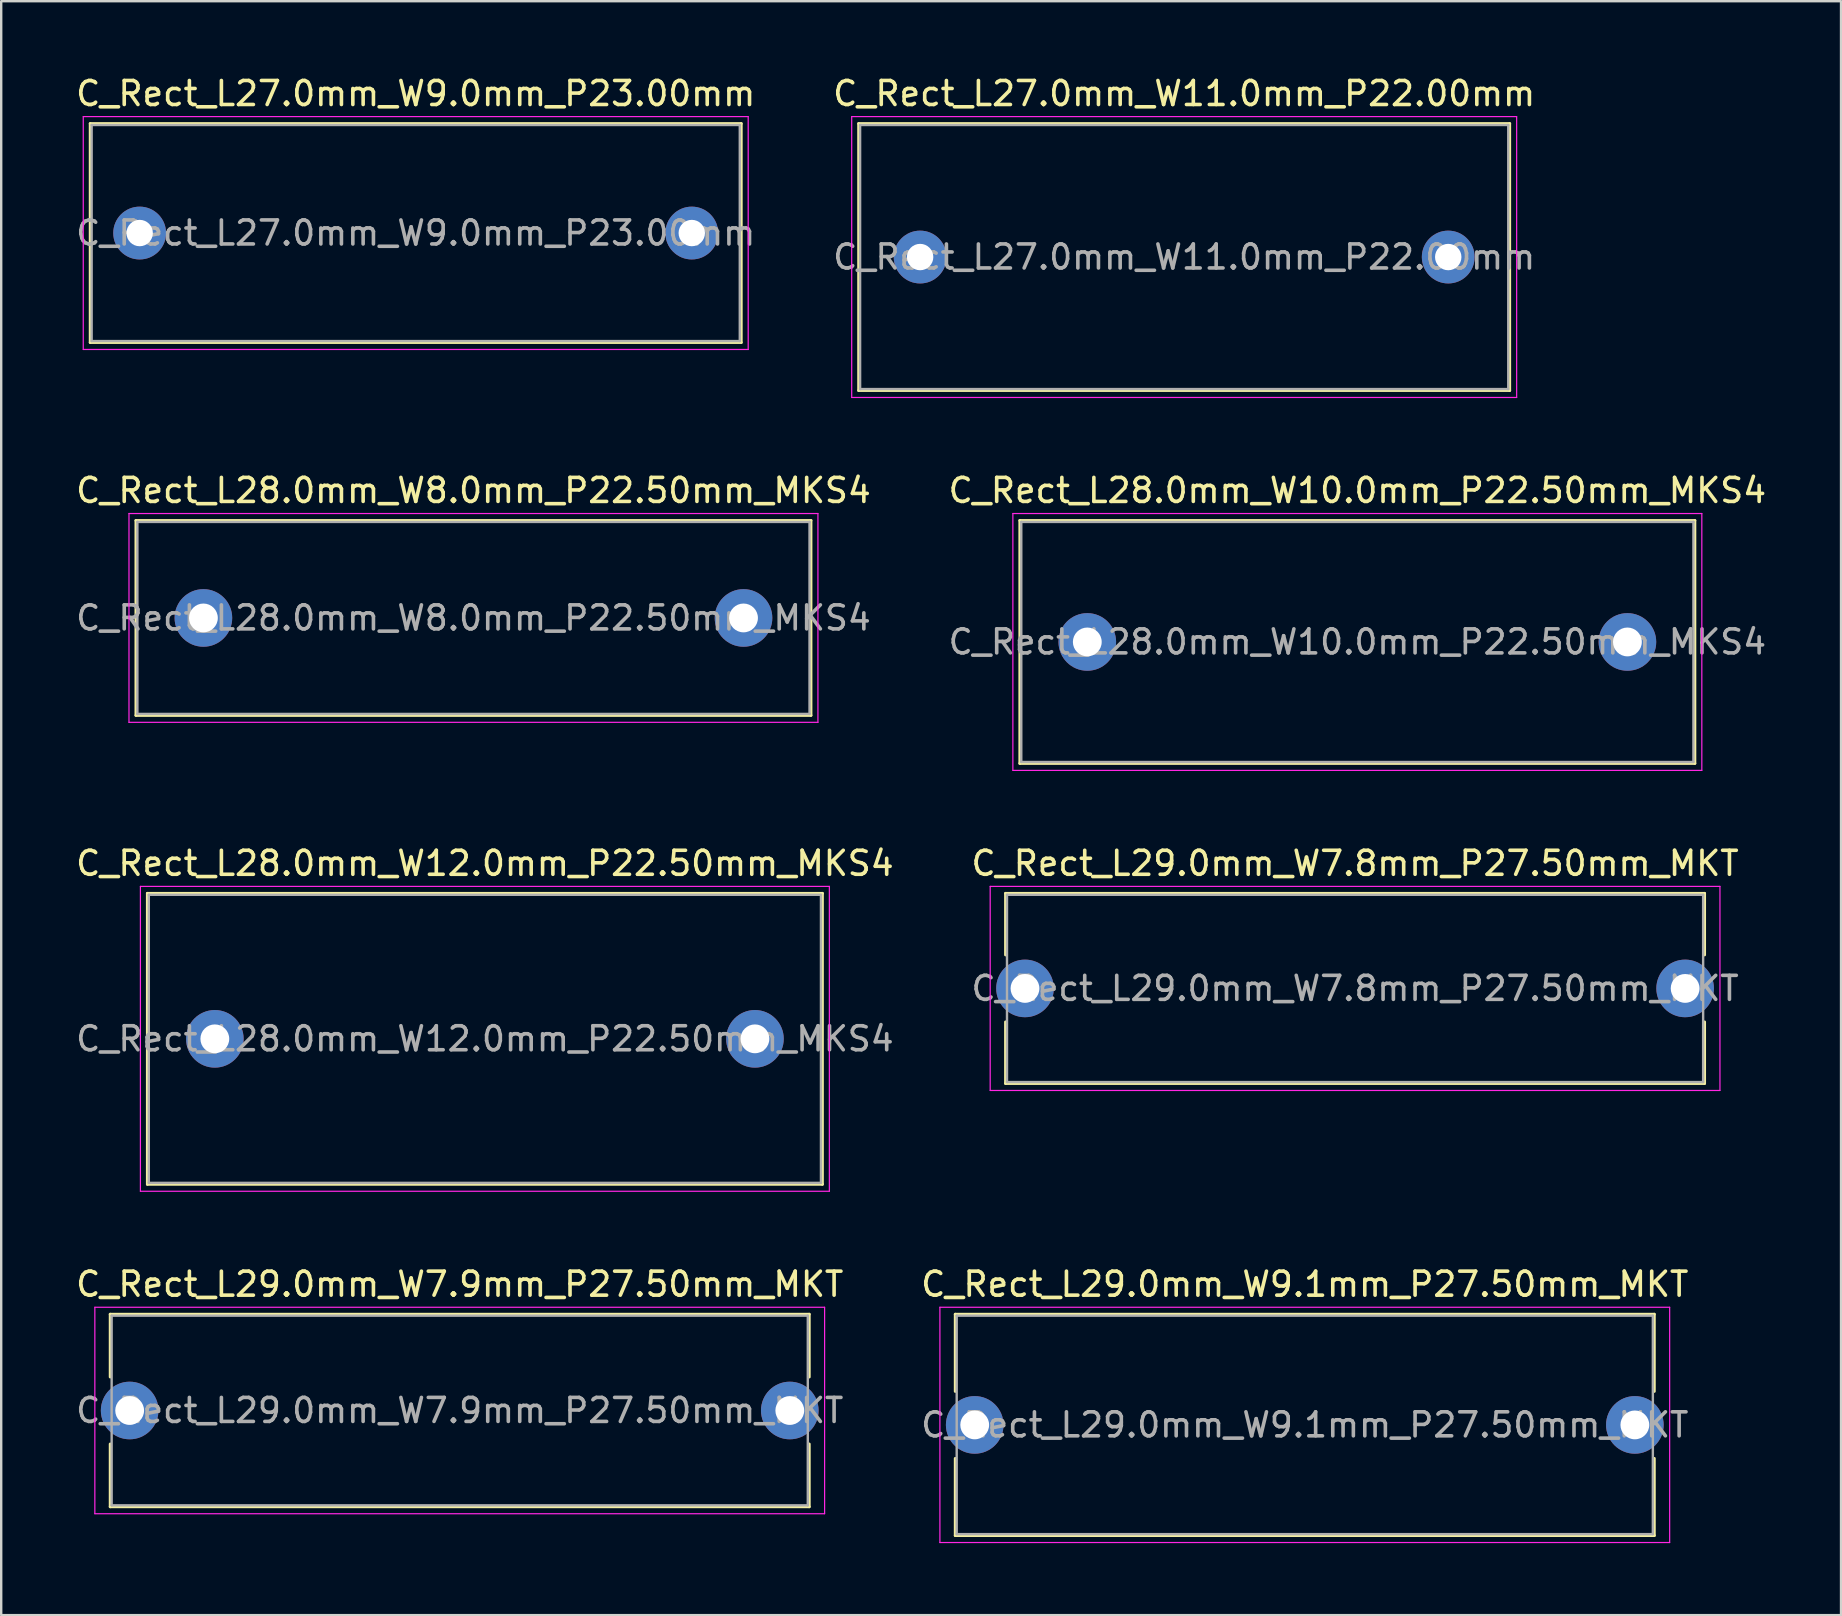
<source format=kicad_pcb>
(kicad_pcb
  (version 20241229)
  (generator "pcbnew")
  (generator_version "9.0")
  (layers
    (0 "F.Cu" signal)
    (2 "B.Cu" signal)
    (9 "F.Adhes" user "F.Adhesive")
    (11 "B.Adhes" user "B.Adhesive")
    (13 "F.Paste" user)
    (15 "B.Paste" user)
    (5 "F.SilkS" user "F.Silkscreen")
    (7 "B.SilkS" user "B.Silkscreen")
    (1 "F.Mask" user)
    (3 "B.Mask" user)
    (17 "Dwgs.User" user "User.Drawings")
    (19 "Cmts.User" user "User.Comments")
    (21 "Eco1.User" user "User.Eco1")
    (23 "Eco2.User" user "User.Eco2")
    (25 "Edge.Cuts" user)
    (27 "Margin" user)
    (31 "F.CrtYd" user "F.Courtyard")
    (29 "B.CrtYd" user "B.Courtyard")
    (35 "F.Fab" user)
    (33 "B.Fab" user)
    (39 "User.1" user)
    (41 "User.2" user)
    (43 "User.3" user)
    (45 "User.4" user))
  (footprint "C_Rect_L27.0mm_W9.0mm_P23.00mm"
    (layer "F.Cu")
    (at 2.768 6.658)
    (property "Reference" "C_Rect_L27.0mm_W9.0mm_P23.00mm" (at 11.5 -5.81 0) (layer "F.SilkS") (effects (font (size 1 1) (thickness 0.15))))
    (attr through_hole)
    (fp_line (start -2.06 -4.56) (end -2.06 4.56) (stroke (width 0.12) (type solid)) (layer "F.SilkS"))
    (fp_line (start -2.06 -4.56) (end 25.06 -4.56) (stroke (width 0.12) (type solid)) (layer "F.SilkS"))
    (fp_line (start -2.06 4.56) (end 25.06 4.56) (stroke (width 0.12) (type solid)) (layer "F.SilkS"))
    (fp_line (start 25.06 -4.56) (end 25.06 4.56) (stroke (width 0.12) (type solid)) (layer "F.SilkS"))
    (fp_line (start -2.35 -4.85) (end -2.35 4.85) (stroke (width 0.05) (type solid)) (layer "F.CrtYd"))
    (fp_line (start -2.35 4.85) (end 25.35 4.85) (stroke (width 0.05) (type solid)) (layer "F.CrtYd"))
    (fp_line (start 25.35 -4.85) (end -2.35 -4.85) (stroke (width 0.05) (type solid)) (layer "F.CrtYd"))
    (fp_line (start 25.35 4.85) (end 25.35 -4.85) (stroke (width 0.05) (type solid)) (layer "F.CrtYd"))
    (fp_line (start -2 -4.5) (end -2 4.5) (stroke (width 0.1) (type solid)) (layer "F.Fab"))
    (fp_line (start -2 4.5) (end 25 4.5) (stroke (width 0.1) (type solid)) (layer "F.Fab"))
    (fp_line (start 25 -4.5) (end -2 -4.5) (stroke (width 0.1) (type solid)) (layer "F.Fab"))
    (fp_line (start 25 4.5) (end 25 -4.5) (stroke (width 0.1) (type solid)) (layer "F.Fab"))
    (fp_text user "${REFERENCE}" (at 11.5 0 0) (layer "F.Fab") (effects (font (size 1 1) (thickness 0.15))))
    (pad "1" thru_hole circle (at 0 0) (size 2.2 2.2) (drill 1.1) (layers "*.Cu" "*.Mask"))
    (pad "2" thru_hole circle (at 23 0) (size 2.2 2.2) (drill 1.1) (layers "*.Cu" "*.Mask")))
  (footprint "C_Rect_L28.0mm_W12.0mm_P22.50mm_MKS4"
    (layer "F.Cu")
    (at 5.899 40.225)
    (property "Reference" "C_Rect_L28.0mm_W12.0mm_P22.50mm_MKS4" (at 11.25 -7.31 0) (layer "F.SilkS") (effects (font (size 1 1) (thickness 0.15))))
    (attr through_hole)
    (fp_line (start -2.81 -6.06) (end -2.81 6.06) (stroke (width 0.12) (type solid)) (layer "F.SilkS"))
    (fp_line (start -2.81 -6.06) (end 25.31 -6.06) (stroke (width 0.12) (type solid)) (layer "F.SilkS"))
    (fp_line (start -2.81 6.06) (end 25.31 6.06) (stroke (width 0.12) (type solid)) (layer "F.SilkS"))
    (fp_line (start 25.31 -6.06) (end 25.31 6.06) (stroke (width 0.12) (type solid)) (layer "F.SilkS"))
    (fp_line (start -3.1 -6.35) (end -3.1 6.35) (stroke (width 0.05) (type solid)) (layer "F.CrtYd"))
    (fp_line (start -3.1 6.35) (end 25.6 6.35) (stroke (width 0.05) (type solid)) (layer "F.CrtYd"))
    (fp_line (start 25.6 -6.35) (end -3.1 -6.35) (stroke (width 0.05) (type solid)) (layer "F.CrtYd"))
    (fp_line (start 25.6 6.35) (end 25.6 -6.35) (stroke (width 0.05) (type solid)) (layer "F.CrtYd"))
    (fp_line (start -2.75 -6) (end -2.75 6) (stroke (width 0.1) (type solid)) (layer "F.Fab"))
    (fp_line (start -2.75 6) (end 25.25 6) (stroke (width 0.1) (type solid)) (layer "F.Fab"))
    (fp_line (start 25.25 -6) (end -2.75 -6) (stroke (width 0.1) (type solid)) (layer "F.Fab"))
    (fp_line (start 25.25 6) (end 25.25 -6) (stroke (width 0.1) (type solid)) (layer "F.Fab"))
    (fp_text user "${REFERENCE}" (at 11.25 0 0) (layer "F.Fab") (effects (font (size 1 1) (thickness 0.15))))
    (pad "1" thru_hole circle (at 0 0) (size 2.4 2.4) (drill 1.2) (layers "*.Cu" "*.Mask"))
    (pad "2" thru_hole circle (at 22.5 0) (size 2.4 2.4) (drill 1.2) (layers "*.Cu" "*.Mask")))
  (footprint "C_Rect_L29.0mm_W7.9mm_P27.50mm_MKT"
    (layer "F.Cu")
    (at 2.351 55.708)
    (property "Reference" "C_Rect_L29.0mm_W7.9mm_P27.50mm_MKT" (at 13.75 -5.26 0) (layer "F.SilkS") (effects (font (size 1 1) (thickness 0.15))))
    (attr through_hole)
    (fp_line (start -0.81 -4.01) (end -0.81 -1.395) (stroke (width 0.12) (type solid)) (layer "F.SilkS"))
    (fp_line (start -0.81 -4.01) (end 28.31 -4.01) (stroke (width 0.12) (type solid)) (layer "F.SilkS"))
    (fp_line (start -0.81 1.395) (end -0.81 4.01) (stroke (width 0.12) (type solid)) (layer "F.SilkS"))
    (fp_line (start -0.81 4.01) (end 28.31 4.01) (stroke (width 0.12) (type solid)) (layer "F.SilkS"))
    (fp_line (start 28.31 -4.01) (end 28.31 -1.395) (stroke (width 0.12) (type solid)) (layer "F.SilkS"))
    (fp_line (start 28.31 1.395) (end 28.31 4.01) (stroke (width 0.12) (type solid)) (layer "F.SilkS"))
    (fp_line (start -1.45 -4.3) (end -1.45 4.3) (stroke (width 0.05) (type solid)) (layer "F.CrtYd"))
    (fp_line (start -1.45 4.3) (end 28.95 4.3) (stroke (width 0.05) (type solid)) (layer "F.CrtYd"))
    (fp_line (start 28.95 -4.3) (end -1.45 -4.3) (stroke (width 0.05) (type solid)) (layer "F.CrtYd"))
    (fp_line (start 28.95 4.3) (end 28.95 -4.3) (stroke (width 0.05) (type solid)) (layer "F.CrtYd"))
    (fp_line (start -0.75 -3.95) (end -0.75 3.95) (stroke (width 0.1) (type solid)) (layer "F.Fab"))
    (fp_line (start -0.75 3.95) (end 28.25 3.95) (stroke (width 0.1) (type solid)) (layer "F.Fab"))
    (fp_line (start 28.25 -3.95) (end -0.75 -3.95) (stroke (width 0.1) (type solid)) (layer "F.Fab"))
    (fp_line (start 28.25 3.95) (end 28.25 -3.95) (stroke (width 0.1) (type solid)) (layer "F.Fab"))
    (fp_text user "${REFERENCE}" (at 13.75 0 0) (layer "F.Fab") (effects (font (size 1 1) (thickness 0.15))))
    (pad "1" thru_hole circle (at 0 0) (size 2.4 2.4) (drill 1.2) (layers "*.Cu" "*.Mask"))
    (pad "2" thru_hole circle (at 27.5 0) (size 2.4 2.4) (drill 1.2) (layers "*.Cu" "*.Mask")))
  (footprint "C_Rect_L29.0mm_W9.1mm_P27.50mm_MKT"
    (layer "F.Cu")
    (at 37.554 56.308)
    (property "Reference" "C_Rect_L29.0mm_W9.1mm_P27.50mm_MKT" (at 13.75 -5.86 0) (layer "F.SilkS") (effects (font (size 1 1) (thickness 0.15))))
    (attr through_hole)
    (fp_line (start -0.81 -4.61) (end -0.81 -1.395) (stroke (width 0.12) (type solid)) (layer "F.SilkS"))
    (fp_line (start -0.81 -4.61) (end 28.31 -4.61) (stroke (width 0.12) (type solid)) (layer "F.SilkS"))
    (fp_line (start -0.81 1.395) (end -0.81 4.61) (stroke (width 0.12) (type solid)) (layer "F.SilkS"))
    (fp_line (start -0.81 4.61) (end 28.31 4.61) (stroke (width 0.12) (type solid)) (layer "F.SilkS"))
    (fp_line (start 28.31 -4.61) (end 28.31 -1.395) (stroke (width 0.12) (type solid)) (layer "F.SilkS"))
    (fp_line (start 28.31 1.395) (end 28.31 4.61) (stroke (width 0.12) (type solid)) (layer "F.SilkS"))
    (fp_line (start -1.45 -4.9) (end -1.45 4.9) (stroke (width 0.05) (type solid)) (layer "F.CrtYd"))
    (fp_line (start -1.45 4.9) (end 28.95 4.9) (stroke (width 0.05) (type solid)) (layer "F.CrtYd"))
    (fp_line (start 28.95 -4.9) (end -1.45 -4.9) (stroke (width 0.05) (type solid)) (layer "F.CrtYd"))
    (fp_line (start 28.95 4.9) (end 28.95 -4.9) (stroke (width 0.05) (type solid)) (layer "F.CrtYd"))
    (fp_line (start -0.75 -4.55) (end -0.75 4.55) (stroke (width 0.1) (type solid)) (layer "F.Fab"))
    (fp_line (start -0.75 4.55) (end 28.25 4.55) (stroke (width 0.1) (type solid)) (layer "F.Fab"))
    (fp_line (start 28.25 -4.55) (end -0.75 -4.55) (stroke (width 0.1) (type solid)) (layer "F.Fab"))
    (fp_line (start 28.25 4.55) (end 28.25 -4.55) (stroke (width 0.1) (type solid)) (layer "F.Fab"))
    (fp_text user "${REFERENCE}" (at 13.75 0 0) (layer "F.Fab") (effects (font (size 1 1) (thickness 0.15))))
    (pad "1" thru_hole circle (at 0 0) (size 2.4 2.4) (drill 1.2) (layers "*.Cu" "*.Mask"))
    (pad "2" thru_hole circle (at 27.5 0) (size 2.4 2.4) (drill 1.2) (layers "*.Cu" "*.Mask")))
  (footprint "C_Rect_L28.0mm_W8.0mm_P22.50mm_MKS4"
    (layer "F.Cu")
    (at 5.423 22.692)
    (property "Reference" "C_Rect_L28.0mm_W8.0mm_P22.50mm_MKS4" (at 11.25 -5.31 0) (layer "F.SilkS") (effects (font (size 1 1) (thickness 0.15))))
    (attr through_hole)
    (fp_line (start -2.81 -4.06) (end -2.81 4.06) (stroke (width 0.12) (type solid)) (layer "F.SilkS"))
    (fp_line (start -2.81 -4.06) (end 25.31 -4.06) (stroke (width 0.12) (type solid)) (layer "F.SilkS"))
    (fp_line (start -2.81 4.06) (end 25.31 4.06) (stroke (width 0.12) (type solid)) (layer "F.SilkS"))
    (fp_line (start 25.31 -4.06) (end 25.31 4.06) (stroke (width 0.12) (type solid)) (layer "F.SilkS"))
    (fp_line (start -3.1 -4.35) (end -3.1 4.35) (stroke (width 0.05) (type solid)) (layer "F.CrtYd"))
    (fp_line (start -3.1 4.35) (end 25.6 4.35) (stroke (width 0.05) (type solid)) (layer "F.CrtYd"))
    (fp_line (start 25.6 -4.35) (end -3.1 -4.35) (stroke (width 0.05) (type solid)) (layer "F.CrtYd"))
    (fp_line (start 25.6 4.35) (end 25.6 -4.35) (stroke (width 0.05) (type solid)) (layer "F.CrtYd"))
    (fp_line (start -2.75 -4) (end -2.75 4) (stroke (width 0.1) (type solid)) (layer "F.Fab"))
    (fp_line (start -2.75 4) (end 25.25 4) (stroke (width 0.1) (type solid)) (layer "F.Fab"))
    (fp_line (start 25.25 -4) (end -2.75 -4) (stroke (width 0.1) (type solid)) (layer "F.Fab"))
    (fp_line (start 25.25 4) (end 25.25 -4) (stroke (width 0.1) (type solid)) (layer "F.Fab"))
    (fp_text user "${REFERENCE}" (at 11.25 0 0) (layer "F.Fab") (effects (font (size 1 1) (thickness 0.15))))
    (pad "1" thru_hole circle (at 0 0) (size 2.4 2.4) (drill 1.2) (layers "*.Cu" "*.Mask"))
    (pad "2" thru_hole circle (at 22.5 0) (size 2.4 2.4) (drill 1.2) (layers "*.Cu" "*.Mask")))
  (footprint "C_Rect_L28.0mm_W10.0mm_P22.50mm_MKS4"
    (layer "F.Cu")
    (at 42.244 23.692)
    (property "Reference" "C_Rect_L28.0mm_W10.0mm_P22.50mm_MKS4" (at 11.25 -6.31 0) (layer "F.SilkS") (effects (font (size 1 1) (thickness 0.15))))
    (attr through_hole)
    (fp_line (start -2.81 -5.06) (end -2.81 5.06) (stroke (width 0.12) (type solid)) (layer "F.SilkS"))
    (fp_line (start -2.81 -5.06) (end 25.31 -5.06) (stroke (width 0.12) (type solid)) (layer "F.SilkS"))
    (fp_line (start -2.81 5.06) (end 25.31 5.06) (stroke (width 0.12) (type solid)) (layer "F.SilkS"))
    (fp_line (start 25.31 -5.06) (end 25.31 5.06) (stroke (width 0.12) (type solid)) (layer "F.SilkS"))
    (fp_line (start -3.1 -5.35) (end -3.1 5.35) (stroke (width 0.05) (type solid)) (layer "F.CrtYd"))
    (fp_line (start -3.1 5.35) (end 25.6 5.35) (stroke (width 0.05) (type solid)) (layer "F.CrtYd"))
    (fp_line (start 25.6 -5.35) (end -3.1 -5.35) (stroke (width 0.05) (type solid)) (layer "F.CrtYd"))
    (fp_line (start 25.6 5.35) (end 25.6 -5.35) (stroke (width 0.05) (type solid)) (layer "F.CrtYd"))
    (fp_line (start -2.75 -5) (end -2.75 5) (stroke (width 0.1) (type solid)) (layer "F.Fab"))
    (fp_line (start -2.75 5) (end 25.25 5) (stroke (width 0.1) (type solid)) (layer "F.Fab"))
    (fp_line (start 25.25 -5) (end -2.75 -5) (stroke (width 0.1) (type solid)) (layer "F.Fab"))
    (fp_line (start 25.25 5) (end 25.25 -5) (stroke (width 0.1) (type solid)) (layer "F.Fab"))
    (fp_text user "${REFERENCE}" (at 11.25 0 0) (layer "F.Fab") (effects (font (size 1 1) (thickness 0.15))))
    (pad "1" thru_hole circle (at 0 0) (size 2.4 2.4) (drill 1.2) (layers "*.Cu" "*.Mask"))
    (pad "2" thru_hole circle (at 22.5 0) (size 2.4 2.4) (drill 1.2) (layers "*.Cu" "*.Mask")))
  (footprint "C_Rect_L29.0mm_W7.8mm_P27.50mm_MKT"
    (layer "F.Cu")
    (at 39.649 38.125)
    (property "Reference" "C_Rect_L29.0mm_W7.8mm_P27.50mm_MKT" (at 13.75 -5.21 0) (layer "F.SilkS") (effects (font (size 1 1) (thickness 0.15))))
    (attr through_hole)
    (fp_line (start -0.81 -3.96) (end -0.81 -1.395) (stroke (width 0.12) (type solid)) (layer "F.SilkS"))
    (fp_line (start -0.81 -3.96) (end 28.31 -3.96) (stroke (width 0.12) (type solid)) (layer "F.SilkS"))
    (fp_line (start -0.81 1.395) (end -0.81 3.96) (stroke (width 0.12) (type solid)) (layer "F.SilkS"))
    (fp_line (start -0.81 3.96) (end 28.31 3.96) (stroke (width 0.12) (type solid)) (layer "F.SilkS"))
    (fp_line (start 28.31 -3.96) (end 28.31 -1.395) (stroke (width 0.12) (type solid)) (layer "F.SilkS"))
    (fp_line (start 28.31 1.395) (end 28.31 3.96) (stroke (width 0.12) (type solid)) (layer "F.SilkS"))
    (fp_line (start -1.45 -4.25) (end -1.45 4.25) (stroke (width 0.05) (type solid)) (layer "F.CrtYd"))
    (fp_line (start -1.45 4.25) (end 28.95 4.25) (stroke (width 0.05) (type solid)) (layer "F.CrtYd"))
    (fp_line (start 28.95 -4.25) (end -1.45 -4.25) (stroke (width 0.05) (type solid)) (layer "F.CrtYd"))
    (fp_line (start 28.95 4.25) (end 28.95 -4.25) (stroke (width 0.05) (type solid)) (layer "F.CrtYd"))
    (fp_line (start -0.75 -3.9) (end -0.75 3.9) (stroke (width 0.1) (type solid)) (layer "F.Fab"))
    (fp_line (start -0.75 3.9) (end 28.25 3.9) (stroke (width 0.1) (type solid)) (layer "F.Fab"))
    (fp_line (start 28.25 -3.9) (end -0.75 -3.9) (stroke (width 0.1) (type solid)) (layer "F.Fab"))
    (fp_line (start 28.25 3.9) (end 28.25 -3.9) (stroke (width 0.1) (type solid)) (layer "F.Fab"))
    (fp_text user "${REFERENCE}" (at 13.75 0 0) (layer "F.Fab") (effects (font (size 1 1) (thickness 0.15))))
    (pad "1" thru_hole circle (at 0 0) (size 2.4 2.4) (drill 1.2) (layers "*.Cu" "*.Mask"))
    (pad "2" thru_hole circle (at 27.5 0) (size 2.4 2.4) (drill 1.2) (layers "*.Cu" "*.Mask")))
  (footprint "C_Rect_L27.0mm_W11.0mm_P22.00mm"
    (layer "F.Cu")
    (at 35.28 7.658)
    (property "Reference" "C_Rect_L27.0mm_W11.0mm_P22.00mm" (at 11 -6.81 0) (layer "F.SilkS") (effects (font (size 1 1) (thickness 0.15))))
    (attr through_hole)
    (fp_line (start -2.56 -5.56) (end -2.56 5.56) (stroke (width 0.12) (type solid)) (layer "F.SilkS"))
    (fp_line (start -2.56 -5.56) (end 24.56 -5.56) (stroke (width 0.12) (type solid)) (layer "F.SilkS"))
    (fp_line (start -2.56 5.56) (end 24.56 5.56) (stroke (width 0.12) (type solid)) (layer "F.SilkS"))
    (fp_line (start 24.56 -5.56) (end 24.56 5.56) (stroke (width 0.12) (type solid)) (layer "F.SilkS"))
    (fp_line (start -2.85 -5.85) (end -2.85 5.85) (stroke (width 0.05) (type solid)) (layer "F.CrtYd"))
    (fp_line (start -2.85 5.85) (end 24.85 5.85) (stroke (width 0.05) (type solid)) (layer "F.CrtYd"))
    (fp_line (start 24.85 -5.85) (end -2.85 -5.85) (stroke (width 0.05) (type solid)) (layer "F.CrtYd"))
    (fp_line (start 24.85 5.85) (end 24.85 -5.85) (stroke (width 0.05) (type solid)) (layer "F.CrtYd"))
    (fp_line (start -2.5 -5.5) (end -2.5 5.5) (stroke (width 0.1) (type solid)) (layer "F.Fab"))
    (fp_line (start -2.5 5.5) (end 24.5 5.5) (stroke (width 0.1) (type solid)) (layer "F.Fab"))
    (fp_line (start 24.5 -5.5) (end -2.5 -5.5) (stroke (width 0.1) (type solid)) (layer "F.Fab"))
    (fp_line (start 24.5 5.5) (end 24.5 -5.5) (stroke (width 0.1) (type solid)) (layer "F.Fab"))
    (fp_text user "${REFERENCE}" (at 11 0 0) (layer "F.Fab") (effects (font (size 1 1) (thickness 0.15))))
    (pad "1" thru_hole circle (at 0 0) (size 2.2 2.2) (drill 1.1) (layers "*.Cu" "*.Mask"))
    (pad "2" thru_hole circle (at 22 0) (size 2.2 2.2) (drill 1.1) (layers "*.Cu" "*.Mask")))
  (gr_rect
    (start -3 -3)
    (end 73.643 64.233)
    (stroke (width 0.1) (type default))
    (fill no)
    (layer "Edge.Cuts")))
</source>
